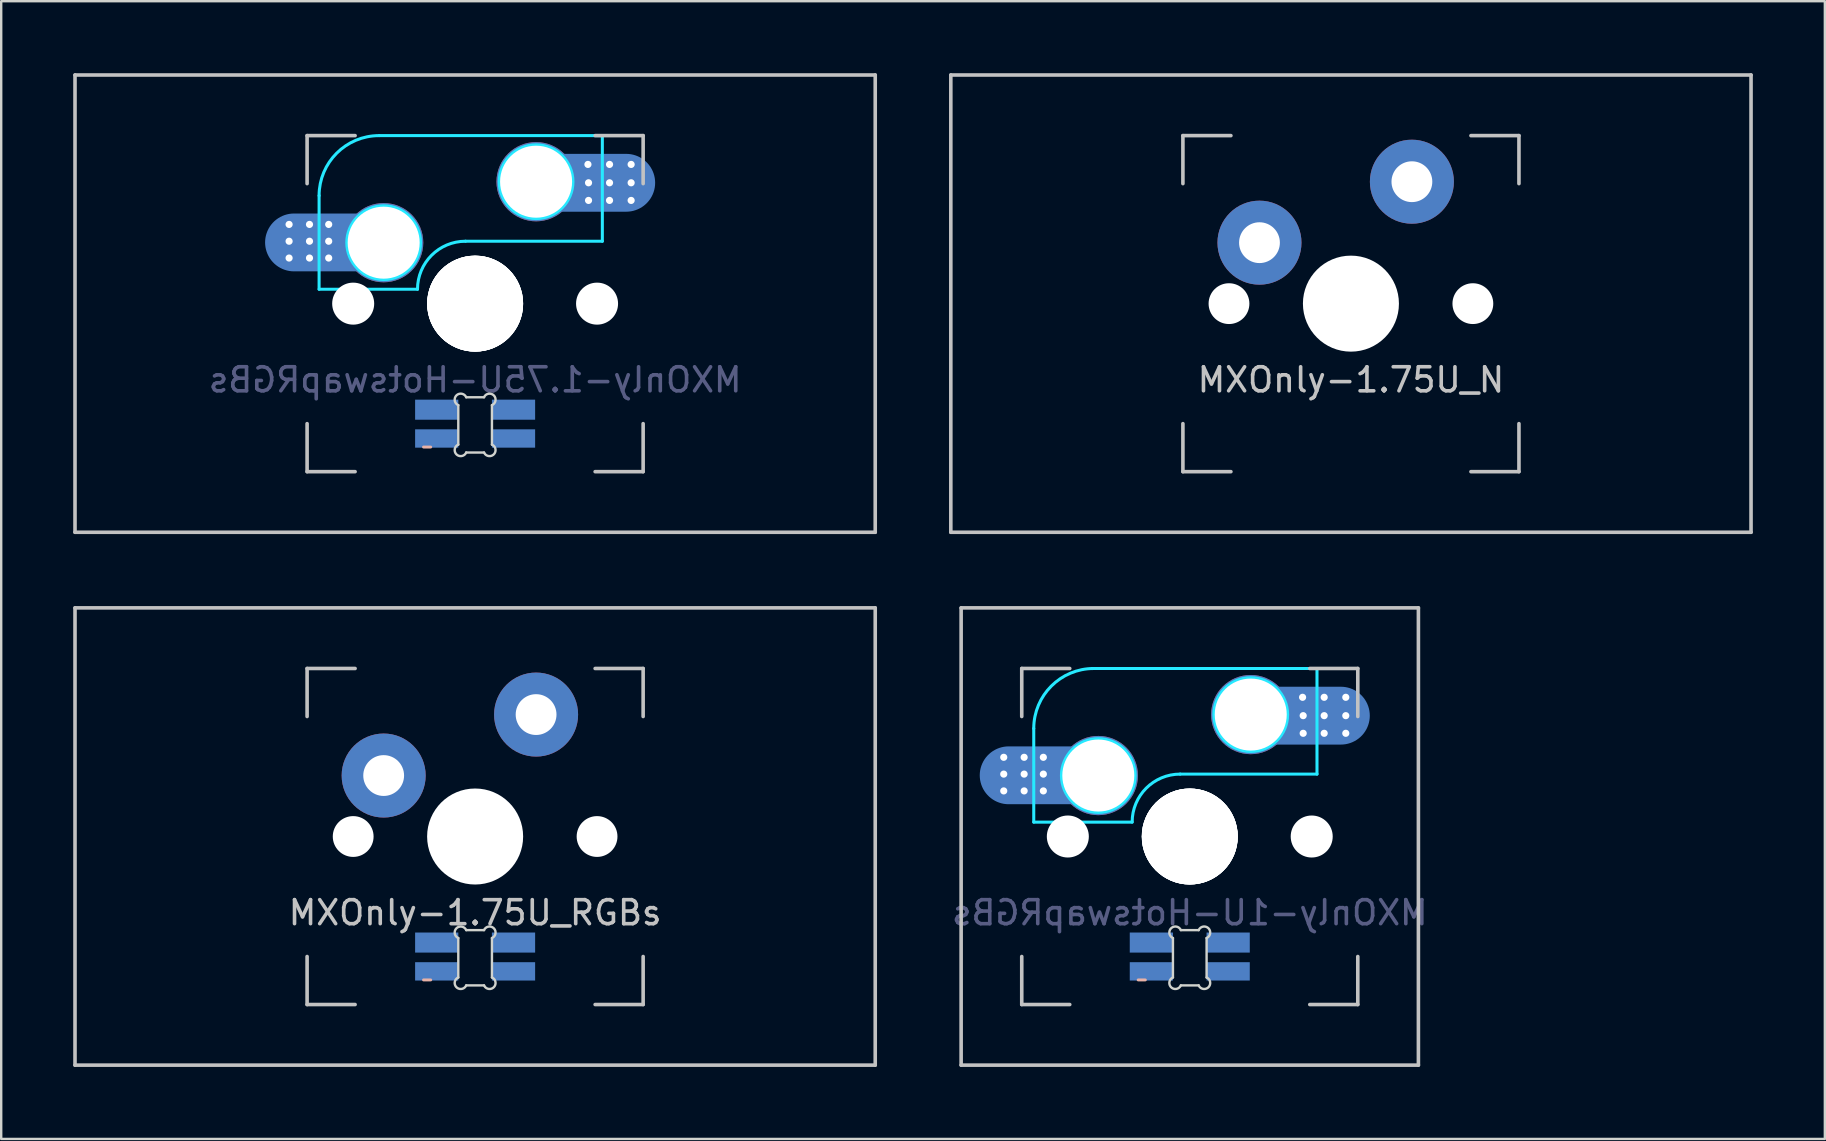
<source format=kicad_pcb>
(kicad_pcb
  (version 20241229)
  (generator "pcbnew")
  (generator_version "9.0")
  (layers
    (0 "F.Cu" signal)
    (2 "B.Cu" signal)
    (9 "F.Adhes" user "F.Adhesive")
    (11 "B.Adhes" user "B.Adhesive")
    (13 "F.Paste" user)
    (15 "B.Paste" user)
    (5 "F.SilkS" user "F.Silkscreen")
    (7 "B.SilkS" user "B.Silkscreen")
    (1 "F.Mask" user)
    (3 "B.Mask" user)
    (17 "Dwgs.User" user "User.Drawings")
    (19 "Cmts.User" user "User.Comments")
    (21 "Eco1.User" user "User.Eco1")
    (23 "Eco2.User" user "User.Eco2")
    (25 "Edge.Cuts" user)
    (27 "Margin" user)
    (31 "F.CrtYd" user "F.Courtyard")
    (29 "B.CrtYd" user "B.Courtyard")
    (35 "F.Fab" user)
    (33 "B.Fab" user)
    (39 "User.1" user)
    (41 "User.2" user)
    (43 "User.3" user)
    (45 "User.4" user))
  (footprint "MXOnly-1.75U_RGBs"
    (layer "F.Cu")
    (at 16.744 31.8)
    (property "Reference" "MXOnly-1.75U_RGBs" (at 0 3.175 0) (layer "Dwgs.User") (effects (font (size 1 1) (thickness 0.15))))
    (attr through_hole)
    (fp_line (start -2.15 5.975) (end -1.85 5.975) (stroke (width 0.12) (type solid)) (layer "B.SilkS"))
    (fp_line (start -16.669 -9.525) (end 16.669 -9.525) (stroke (width 0.15) (type solid)) (layer "Dwgs.User"))
    (fp_line (start -16.669 9.525) (end -16.669 -9.525) (stroke (width 0.15) (type solid)) (layer "Dwgs.User"))
    (fp_line (start -16.669 9.525) (end 16.669 9.525) (stroke (width 0.15) (type solid)) (layer "Dwgs.User"))
    (fp_line (start -7 -7) (end -7 -5) (stroke (width 0.15) (type solid)) (layer "Dwgs.User"))
    (fp_line (start -7 5) (end -7 7) (stroke (width 0.15) (type solid)) (layer "Dwgs.User"))
    (fp_line (start -7 7) (end -5 7) (stroke (width 0.15) (type solid)) (layer "Dwgs.User"))
    (fp_line (start -5 -7) (end -7 -7) (stroke (width 0.15) (type solid)) (layer "Dwgs.User"))
    (fp_line (start 5 -7) (end 7 -7) (stroke (width 0.15) (type solid)) (layer "Dwgs.User"))
    (fp_line (start 5 7) (end 7 7) (stroke (width 0.15) (type solid)) (layer "Dwgs.User"))
    (fp_line (start 7 -7) (end 7 -5) (stroke (width 0.15) (type solid)) (layer "Dwgs.User"))
    (fp_line (start 7 7) (end 7 5) (stroke (width 0.15) (type solid)) (layer "Dwgs.User"))
    (fp_line (start 16.669 -9.525) (end 16.669 9.525) (stroke (width 0.15) (type solid)) (layer "Dwgs.User"))
    (fp_line (start -0.701 5.873) (end -0.701 4.229) (stroke (width 0.1) (type solid)) (layer "Edge.Cuts"))
    (fp_line (start -0.372 3.9) (end 0.372 3.9) (stroke (width 0.1) (type solid)) (layer "Edge.Cuts"))
    (fp_line (start 0.372 6.202) (end -0.372 6.202) (stroke (width 0.1) (type solid)) (layer "Edge.Cuts"))
    (fp_line (start 0.701 4.229) (end 0.701 5.873) (stroke (width 0.1) (type solid)) (layer "Edge.Cuts"))
    (fp_arc (start -0.701007 4.229129) (mid -0.777791 3.823216) (end -0.371878 3.9) (stroke (width 0.1) (type solid)) (layer "Edge.Cuts"))
    (fp_arc (start -0.371878 6.202013) (mid -0.777748 6.278754) (end -0.701007 5.872884) (stroke (width 0.1) (type solid)) (layer "Edge.Cuts"))
    (fp_arc (start 0.371877 3.9) (mid 0.777804 3.823208) (end 0.701006 4.229129) (stroke (width 0.1) (type solid)) (layer "Edge.Cuts"))
    (fp_arc (start 0.701006 5.872884) (mid 0.777758 6.278765) (end 0.371877 6.202013) (stroke (width 0.1) (type solid)) (layer "Edge.Cuts"))
    (pad "" np_thru_hole circle (at -5.08 0 48.099) (size 1.7 1.7) (drill 1.7) (layers "*.Cu" "*.Mask"))
    (pad "" smd circle (at -3.81 -2.55) (size 2.5 2.5) (layers "B.Mask"))
    (pad "" np_thru_hole circle (at 0 0) (size 4 4) (drill 4) (layers "*.Cu" "*.Mask"))
    (pad "" smd circle (at 2.54 -5.08) (size 2.5 2.5) (layers "B.Mask"))
    (pad "" np_thru_hole circle (at 5.08 0 48.099) (size 1.7 1.7) (drill 1.7) (layers "*.Cu" "*.Mask"))
    (pad "1" thru_hole circle (at -3.81 -2.54) (size 3.5 3.5) (drill 1.7) (layers "*.Cu"))
    (pad "2" thru_hole circle (at 2.54 -5.08) (size 3.5 3.5) (drill 1.7) (layers "*.Cu"))
    (pad "3" smd rect (at 1.6 4.418) (size 1.8 0.836) (layers "B.Cu" "B.Mask" "B.Paste"))
    (pad "4" smd rect (at -1.6 4.418) (size 1.8 0.836) (layers "B.Cu" "B.Mask" "B.Paste"))
    (pad "5" smd rect (at 1.6 5.618) (size 1.8 0.764) (layers "B.Cu" "B.Mask" "B.Paste"))
    (pad "6" smd rect (at -1.6 5.618) (size 1.8 0.764) (layers "B.Cu" "B.Mask" "B.Paste")))
  (footprint "MXOnly-1U-HotswapRGBs"
    (layer "F.Cu")
    (at 46.517 31.8)
    (property "Reference" "MXOnly-1U-HotswapRGBs" (at 0 3.175 0) (layer "B.Fab") (effects (font (size 1 1) (thickness 0.15)) (justify mirror)))
    (attr smd)
    (fp_line (start -2.15 5.975) (end -1.85 5.975) (stroke (width 0.12) (type solid)) (layer "B.SilkS"))
    (fp_line (start -9.525 -9.525) (end 9.525 -9.525) (stroke (width 0.15) (type solid)) (layer "Dwgs.User"))
    (fp_line (start -9.525 9.525) (end -9.525 -9.525) (stroke (width 0.15) (type solid)) (layer "Dwgs.User"))
    (fp_line (start -7 -7) (end -7 -5) (stroke (width 0.15) (type solid)) (layer "Dwgs.User"))
    (fp_line (start -7 5) (end -7 7) (stroke (width 0.15) (type solid)) (layer "Dwgs.User"))
    (fp_line (start -7 7) (end -5 7) (stroke (width 0.15) (type solid)) (layer "Dwgs.User"))
    (fp_line (start -5 -7) (end -7 -7) (stroke (width 0.15) (type solid)) (layer "Dwgs.User"))
    (fp_line (start 5 -7) (end 7 -7) (stroke (width 0.15) (type solid)) (layer "Dwgs.User"))
    (fp_line (start 5 7) (end 7 7) (stroke (width 0.15) (type solid)) (layer "Dwgs.User"))
    (fp_line (start 7 -5) (end 7 -7) (stroke (width 0.15) (type solid)) (layer "Dwgs.User"))
    (fp_line (start 7 7) (end 7 5) (stroke (width 0.15) (type solid)) (layer "Dwgs.User"))
    (fp_line (start 9.525 -9.525) (end 9.525 9.525) (stroke (width 0.15) (type solid)) (layer "Dwgs.User"))
    (fp_line (start 9.525 9.525) (end -9.525 9.525) (stroke (width 0.15) (type solid)) (layer "Dwgs.User"))
    (fp_line (start -0.701 5.873) (end -0.701 4.229) (stroke (width 0.1) (type solid)) (layer "Edge.Cuts"))
    (fp_line (start -0.372 3.9) (end 0.372 3.9) (stroke (width 0.1) (type solid)) (layer "Edge.Cuts"))
    (fp_line (start 0.372 6.202) (end -0.372 6.202) (stroke (width 0.1) (type solid)) (layer "Edge.Cuts"))
    (fp_line (start 0.701 4.229) (end 0.701 5.873) (stroke (width 0.1) (type solid)) (layer "Edge.Cuts"))
    (fp_arc (start -0.701007 4.229129) (mid -0.777791 3.823216) (end -0.371878 3.9) (stroke (width 0.1) (type solid)) (layer "Edge.Cuts"))
    (fp_arc (start -0.371878 6.202013) (mid -0.777748 6.278754) (end -0.701007 5.872884) (stroke (width 0.1) (type solid)) (layer "Edge.Cuts"))
    (fp_arc (start 0.371877 3.9) (mid 0.777804 3.823208) (end 0.701006 4.229129) (stroke (width 0.1) (type solid)) (layer "Edge.Cuts"))
    (fp_arc (start 0.701006 5.872884) (mid 0.777758 6.278765) (end 0.371877 6.202013) (stroke (width 0.1) (type solid)) (layer "Edge.Cuts"))
    (fp_line (start -6.5 -4.5) (end -6.5 -0.6) (stroke (width 0.127) (type solid)) (layer "B.CrtYd"))
    (fp_line (start -6.5 -0.6) (end -2.4 -0.6) (stroke (width 0.127) (type solid)) (layer "B.CrtYd"))
    (fp_line (start -0.4 -2.6) (end 5.3 -2.6) (stroke (width 0.127) (type solid)) (layer "B.CrtYd"))
    (fp_line (start 5.3 -7) (end -4 -7) (stroke (width 0.127) (type solid)) (layer "B.CrtYd"))
    (fp_line (start 5.3 -7) (end 5.3 -2.6) (stroke (width 0.127) (type solid)) (layer "B.CrtYd"))
    (fp_arc (start -6.5 -4.5) (mid -5.767767 -6.267767) (end -4 -7) (stroke (width 0.127) (type solid)) (layer "B.CrtYd"))
    (fp_arc (start -2.4 -0.6) (mid -1.814214 -2.014214) (end -0.4 -2.6) (stroke (width 0.127) (type solid)) (layer "B.CrtYd"))
    (fp_circle (center -3.81 -2.54) (end -2.286 -2.54) (stroke (width 0.15) (type solid)) (fill no) (layer "B.CrtYd"))
    (fp_circle (center 2.54 -5.08) (end 2.54 -6.604) (stroke (width 0.15) (type solid)) (fill no) (layer "B.CrtYd"))
    (pad "" np_thru_hole circle (at -5.08 0 48.1) (size 1.75 1.75) (drill 1.75) (layers "*.Cu" "*.Mask"))
    (pad "" np_thru_hole circle (at 0 0) (size 3.988 3.988) (drill 3.988) (layers "*.Cu" "*.Mask"))
    (pad "" np_thru_hole circle (at 0 0) (size 3.988 3.988) (drill 3.988) (layers "*.Cu" "*.Mask"))
    (pad "" np_thru_hole circle (at 0 0) (size 4 4) (drill 4) (layers "*.Cu" "*.Mask"))
    (pad "" np_thru_hole circle (at 0 0) (size 4 4) (drill 4) (layers "*.Cu" "*.Mask"))
    (pad "" np_thru_hole circle (at 5.08 0 48.1) (size 1.75 1.75) (drill 1.75) (layers "*.Cu" "*.Mask"))
    (pad "1" thru_hole circle (at 2.54 -5.08) (size 3.3 3.3) (drill 3) (layers "*.Cu" "B.Mask"))
    (pad "1" thru_hole circle (at 4.7 -5.8) (size 0.4 0.4) (drill 0.3) (layers "*.Cu" "B.Mask"))
    (pad "1" thru_hole circle (at 4.725 -5.035) (size 0.4 0.4) (drill 0.3) (layers "*.Cu" "B.Mask"))
    (pad "1" thru_hole circle (at 4.725 -4.3) (size 0.4 0.4) (drill 0.3) (layers "*.Cu" "B.Mask"))
    (pad "1" smd oval (at 4.75 -5.035) (size 5.5 2.41) (layers "B.Cu" "B.Mask" "B.Paste"))
    (pad "1" thru_hole circle (at 5.6 -5.8) (size 0.4 0.4) (drill 0.3) (layers "*.Cu" "B.Mask"))
    (pad "1" thru_hole circle (at 5.6 -5.035) (size 0.4 0.4) (drill 0.3) (layers "*.Cu" "B.Mask"))
    (pad "1" thru_hole circle (at 5.6 -4.3) (size 0.4 0.4) (drill 0.3) (layers "*.Cu" "B.Mask"))
    (pad "1" thru_hole circle (at 6.5 -5.8) (size 0.4 0.4) (drill 0.3) (layers "*.Cu" "B.Mask"))
    (pad "1" thru_hole circle (at 6.5 -5.035) (size 0.4 0.4) (drill 0.3) (layers "*.Cu" "B.Mask"))
    (pad "1" thru_hole circle (at 6.5 -4.3) (size 0.4 0.4) (drill 0.3) (layers "*.Cu" "B.Mask"))
    (pad "2" thru_hole circle (at -7.75 -3.3) (size 0.4 0.4) (drill 0.3) (layers "*.Cu" "B.Mask"))
    (pad "2" thru_hole circle (at -7.75 -2.6) (size 0.4 0.4) (drill 0.3) (layers "*.Cu" "B.Mask"))
    (pad "2" thru_hole circle (at -7.75 -1.9) (size 0.4 0.4) (drill 0.3) (layers "*.Cu" "B.Mask"))
    (pad "2" thru_hole circle (at -6.9 -3.3) (size 0.4 0.4) (drill 0.3) (layers "*.Cu" "B.Mask"))
    (pad "2" thru_hole circle (at -6.9 -2.6) (size 0.4 0.4) (drill 0.3) (layers "*.Cu" "B.Mask"))
    (pad "2" thru_hole circle (at -6.9 -1.9) (size 0.4 0.4) (drill 0.3) (layers "*.Cu" "B.Mask"))
    (pad "2" thru_hole circle (at -6.1 -3.3) (size 0.4 0.4) (drill 0.3) (layers "*.Cu" "B.Mask"))
    (pad "2" thru_hole circle (at -6.1 -2.6) (size 0.4 0.4) (drill 0.3) (layers "*.Cu" "B.Mask"))
    (pad "2" thru_hole circle (at -6.1 -1.9) (size 0.4 0.4) (drill 0.3) (layers "*.Cu" "B.Mask"))
    (pad "2" smd oval (at -6 -2.55) (size 5.5 2.41) (layers "B.Cu" "B.Mask" "B.Paste"))
    (pad "2" thru_hole circle (at -3.81 -2.54) (size 3.3 3.3) (drill 3) (layers "*.Cu" "B.Mask"))
    (pad "3" smd rect (at 1.6 4.418) (size 1.8 0.836) (layers "B.Cu" "B.Mask" "B.Paste"))
    (pad "4" smd rect (at -1.6 4.418) (size 1.8 0.836) (layers "B.Cu" "B.Mask" "B.Paste"))
    (pad "5" smd rect (at 1.6 5.618) (size 1.8 0.764) (layers "B.Cu" "B.Mask" "B.Paste"))
    (pad "6" smd rect (at -1.6 5.618) (size 1.8 0.764) (layers "B.Cu" "B.Mask" "B.Paste")))
  (footprint "MXOnly-1.75U_N"
    (layer "F.Cu")
    (at 53.231 9.6)
    (property "Reference" "MXOnly-1.75U_N" (at 0 3.175 0) (layer "Dwgs.User") (effects (font (size 1 1) (thickness 0.15))))
    (attr through_hole)
    (fp_line (start -16.669 -9.525) (end 16.669 -9.525) (stroke (width 0.15) (type solid)) (layer "Dwgs.User"))
    (fp_line (start -16.669 9.525) (end -16.669 -9.525) (stroke (width 0.15) (type solid)) (layer "Dwgs.User"))
    (fp_line (start -16.669 9.525) (end 16.669 9.525) (stroke (width 0.15) (type solid)) (layer "Dwgs.User"))
    (fp_line (start -7 -7) (end -7 -5) (stroke (width 0.15) (type solid)) (layer "Dwgs.User"))
    (fp_line (start -7 5) (end -7 7) (stroke (width 0.15) (type solid)) (layer "Dwgs.User"))
    (fp_line (start -7 7) (end -5 7) (stroke (width 0.15) (type solid)) (layer "Dwgs.User"))
    (fp_line (start -5 -7) (end -7 -7) (stroke (width 0.15) (type solid)) (layer "Dwgs.User"))
    (fp_line (start 5 -7) (end 7 -7) (stroke (width 0.15) (type solid)) (layer "Dwgs.User"))
    (fp_line (start 5 7) (end 7 7) (stroke (width 0.15) (type solid)) (layer "Dwgs.User"))
    (fp_line (start 7 -7) (end 7 -5) (stroke (width 0.15) (type solid)) (layer "Dwgs.User"))
    (fp_line (start 7 7) (end 7 5) (stroke (width 0.15) (type solid)) (layer "Dwgs.User"))
    (fp_line (start 16.669 -9.525) (end 16.669 9.525) (stroke (width 0.15) (type solid)) (layer "Dwgs.User"))
    (pad "" np_thru_hole circle (at -5.08 0 48.099) (size 1.7 1.7) (drill 1.7) (layers "*.Cu" "*.Mask"))
    (pad "" smd circle (at -3.81 -2.55) (size 2.5 2.5) (layers "B.Mask"))
    (pad "" np_thru_hole circle (at 0 0) (size 4 4) (drill 4) (layers "*.Cu" "*.Mask"))
    (pad "" smd circle (at 2.54 -5.08) (size 2.5 2.5) (layers "B.Mask"))
    (pad "" np_thru_hole circle (at 5.08 0 48.099) (size 1.7 1.7) (drill 1.7) (layers "*.Cu" "*.Mask"))
    (pad "1" thru_hole circle (at -3.81 -2.54) (size 3.5 3.5) (drill 1.7) (layers "*.Cu"))
    (pad "2" thru_hole circle (at 2.54 -5.08) (size 3.5 3.5) (drill 1.7) (layers "*.Cu")))
  (footprint "MXOnly-1.75U-HotswapRGBs"
    (layer "F.Cu")
    (at 16.744 9.6)
    (property "Reference" "MXOnly-1.75U-HotswapRGBs" (at 0 3.175 0) (layer "B.Fab") (effects (font (size 1 1) (thickness 0.15)) (justify mirror)))
    (attr smd)
    (fp_line (start -2.15 5.975) (end -1.85 5.975) (stroke (width 0.12) (type solid)) (layer "B.SilkS"))
    (fp_line (start -16.669 -9.525) (end 16.669 -9.525) (stroke (width 0.15) (type solid)) (layer "Dwgs.User"))
    (fp_line (start -16.669 9.525) (end -16.669 -9.525) (stroke (width 0.15) (type solid)) (layer "Dwgs.User"))
    (fp_line (start -7 -7) (end -7 -5) (stroke (width 0.15) (type solid)) (layer "Dwgs.User"))
    (fp_line (start -7 5) (end -7 7) (stroke (width 0.15) (type solid)) (layer "Dwgs.User"))
    (fp_line (start -7 7) (end -5 7) (stroke (width 0.15) (type solid)) (layer "Dwgs.User"))
    (fp_line (start -5 -7) (end -7 -7) (stroke (width 0.15) (type solid)) (layer "Dwgs.User"))
    (fp_line (start 5 -7) (end 7 -7) (stroke (width 0.15) (type solid)) (layer "Dwgs.User"))
    (fp_line (start 5 7) (end 7 7) (stroke (width 0.15) (type solid)) (layer "Dwgs.User"))
    (fp_line (start 7 -5) (end 7 -7) (stroke (width 0.15) (type solid)) (layer "Dwgs.User"))
    (fp_line (start 7 7) (end 7 5) (stroke (width 0.15) (type solid)) (layer "Dwgs.User"))
    (fp_line (start 16.669 -9.525) (end 16.669 9.525) (stroke (width 0.15) (type solid)) (layer "Dwgs.User"))
    (fp_line (start 16.669 9.525) (end -16.669 9.525) (stroke (width 0.15) (type solid)) (layer "Dwgs.User"))
    (fp_line (start -0.701 5.873) (end -0.701 4.229) (stroke (width 0.1) (type solid)) (layer "Edge.Cuts"))
    (fp_line (start -0.372 3.9) (end 0.372 3.9) (stroke (width 0.1) (type solid)) (layer "Edge.Cuts"))
    (fp_line (start 0.372 6.202) (end -0.372 6.202) (stroke (width 0.1) (type solid)) (layer "Edge.Cuts"))
    (fp_line (start 0.701 4.229) (end 0.701 5.873) (stroke (width 0.1) (type solid)) (layer "Edge.Cuts"))
    (fp_arc (start -0.701007 4.229129) (mid -0.777791 3.823216) (end -0.371878 3.9) (stroke (width 0.1) (type solid)) (layer "Edge.Cuts"))
    (fp_arc (start -0.371878 6.202013) (mid -0.777748 6.278754) (end -0.701007 5.872884) (stroke (width 0.1) (type solid)) (layer "Edge.Cuts"))
    (fp_arc (start 0.371877 3.9) (mid 0.777804 3.823208) (end 0.701006 4.229129) (stroke (width 0.1) (type solid)) (layer "Edge.Cuts"))
    (fp_arc (start 0.701006 5.872884) (mid 0.777758 6.278765) (end 0.371877 6.202013) (stroke (width 0.1) (type solid)) (layer "Edge.Cuts"))
    (fp_line (start -6.5 -4.5) (end -6.5 -0.6) (stroke (width 0.127) (type solid)) (layer "B.CrtYd"))
    (fp_line (start -6.5 -0.6) (end -2.4 -0.6) (stroke (width 0.127) (type solid)) (layer "B.CrtYd"))
    (fp_line (start -0.4 -2.6) (end 5.3 -2.6) (stroke (width 0.127) (type solid)) (layer "B.CrtYd"))
    (fp_line (start 5.3 -7) (end -4 -7) (stroke (width 0.127) (type solid)) (layer "B.CrtYd"))
    (fp_line (start 5.3 -7) (end 5.3 -2.6) (stroke (width 0.127) (type solid)) (layer "B.CrtYd"))
    (fp_arc (start -6.5 -4.5) (mid -5.767767 -6.267767) (end -4 -7) (stroke (width 0.127) (type solid)) (layer "B.CrtYd"))
    (fp_arc (start -2.4 -0.6) (mid -1.814214 -2.014214) (end -0.4 -2.6) (stroke (width 0.127) (type solid)) (layer "B.CrtYd"))
    (fp_circle (center -3.81 -2.54) (end -2.286 -2.54) (stroke (width 0.15) (type solid)) (fill no) (layer "B.CrtYd"))
    (fp_circle (center 2.54 -5.08) (end 2.54 -6.604) (stroke (width 0.15) (type solid)) (fill no) (layer "B.CrtYd"))
    (pad "" np_thru_hole circle (at -5.08 0 48.1) (size 1.75 1.75) (drill 1.75) (layers "*.Cu" "*.Mask"))
    (pad "" np_thru_hole circle (at 0 0) (size 3.988 3.988) (drill 3.988) (layers "*.Cu" "*.Mask"))
    (pad "" np_thru_hole circle (at 0 0) (size 3.988 3.988) (drill 3.988) (layers "*.Cu" "*.Mask"))
    (pad "" np_thru_hole circle (at 0 0) (size 4 4) (drill 4) (layers "*.Cu" "*.Mask"))
    (pad "" np_thru_hole circle (at 0 0) (size 4 4) (drill 4) (layers "*.Cu" "*.Mask"))
    (pad "" np_thru_hole circle (at 5.08 0 48.1) (size 1.75 1.75) (drill 1.75) (layers "*.Cu" "*.Mask"))
    (pad "1" thru_hole circle (at 2.54 -5.08) (size 3.3 3.3) (drill 3) (layers "*.Cu" "B.Mask"))
    (pad "1" thru_hole circle (at 4.7 -5.8) (size 0.4 0.4) (drill 0.3) (layers "*.Cu" "B.Mask"))
    (pad "1" thru_hole circle (at 4.725 -5.035) (size 0.4 0.4) (drill 0.3) (layers "*.Cu" "B.Mask"))
    (pad "1" thru_hole circle (at 4.725 -4.3) (size 0.4 0.4) (drill 0.3) (layers "*.Cu" "B.Mask"))
    (pad "1" smd oval (at 4.75 -5.035) (size 5.5 2.41) (layers "B.Cu" "B.Mask" "B.Paste"))
    (pad "1" thru_hole circle (at 5.6 -5.8) (size 0.4 0.4) (drill 0.3) (layers "*.Cu" "B.Mask"))
    (pad "1" thru_hole circle (at 5.6 -5.035) (size 0.4 0.4) (drill 0.3) (layers "*.Cu" "B.Mask"))
    (pad "1" thru_hole circle (at 5.6 -4.3) (size 0.4 0.4) (drill 0.3) (layers "*.Cu" "B.Mask"))
    (pad "1" thru_hole circle (at 6.5 -5.8) (size 0.4 0.4) (drill 0.3) (layers "*.Cu" "B.Mask"))
    (pad "1" thru_hole circle (at 6.5 -5.035) (size 0.4 0.4) (drill 0.3) (layers "*.Cu" "B.Mask"))
    (pad "1" thru_hole circle (at 6.5 -4.3) (size 0.4 0.4) (drill 0.3) (layers "*.Cu" "B.Mask"))
    (pad "2" thru_hole circle (at -7.75 -3.3) (size 0.4 0.4) (drill 0.3) (layers "*.Cu" "B.Mask"))
    (pad "2" thru_hole circle (at -7.75 -2.6) (size 0.4 0.4) (drill 0.3) (layers "*.Cu" "B.Mask"))
    (pad "2" thru_hole circle (at -7.75 -1.9) (size 0.4 0.4) (drill 0.3) (layers "*.Cu" "B.Mask"))
    (pad "2" thru_hole circle (at -6.9 -3.3) (size 0.4 0.4) (drill 0.3) (layers "*.Cu" "B.Mask"))
    (pad "2" thru_hole circle (at -6.9 -2.6) (size 0.4 0.4) (drill 0.3) (layers "*.Cu" "B.Mask"))
    (pad "2" thru_hole circle (at -6.9 -1.9) (size 0.4 0.4) (drill 0.3) (layers "*.Cu" "B.Mask"))
    (pad "2" thru_hole circle (at -6.1 -3.3) (size 0.4 0.4) (drill 0.3) (layers "*.Cu" "B.Mask"))
    (pad "2" thru_hole circle (at -6.1 -2.6) (size 0.4 0.4) (drill 0.3) (layers "*.Cu" "B.Mask"))
    (pad "2" thru_hole circle (at -6.1 -1.9) (size 0.4 0.4) (drill 0.3) (layers "*.Cu" "B.Mask"))
    (pad "2" smd oval (at -6 -2.55) (size 5.5 2.41) (layers "B.Cu" "B.Mask" "B.Paste"))
    (pad "2" thru_hole circle (at -3.81 -2.54) (size 3.3 3.3) (drill 3) (layers "*.Cu" "B.Mask"))
    (pad "3" smd rect (at 1.6 4.418) (size 1.8 0.836) (layers "B.Cu" "B.Mask" "B.Paste"))
    (pad "4" smd rect (at -1.6 4.418) (size 1.8 0.836) (layers "B.Cu" "B.Mask" "B.Paste"))
    (pad "5" smd rect (at 1.6 5.618) (size 1.8 0.764) (layers "B.Cu" "B.Mask" "B.Paste"))
    (pad "6" smd rect (at -1.6 5.618) (size 1.8 0.764) (layers "B.Cu" "B.Mask" "B.Paste")))
  (gr_rect
    (start -3 -3)
    (end 72.975 44.4)
    (stroke (width 0.1) (type default))
    (fill no)
    (layer "Edge.Cuts")))
</source>
